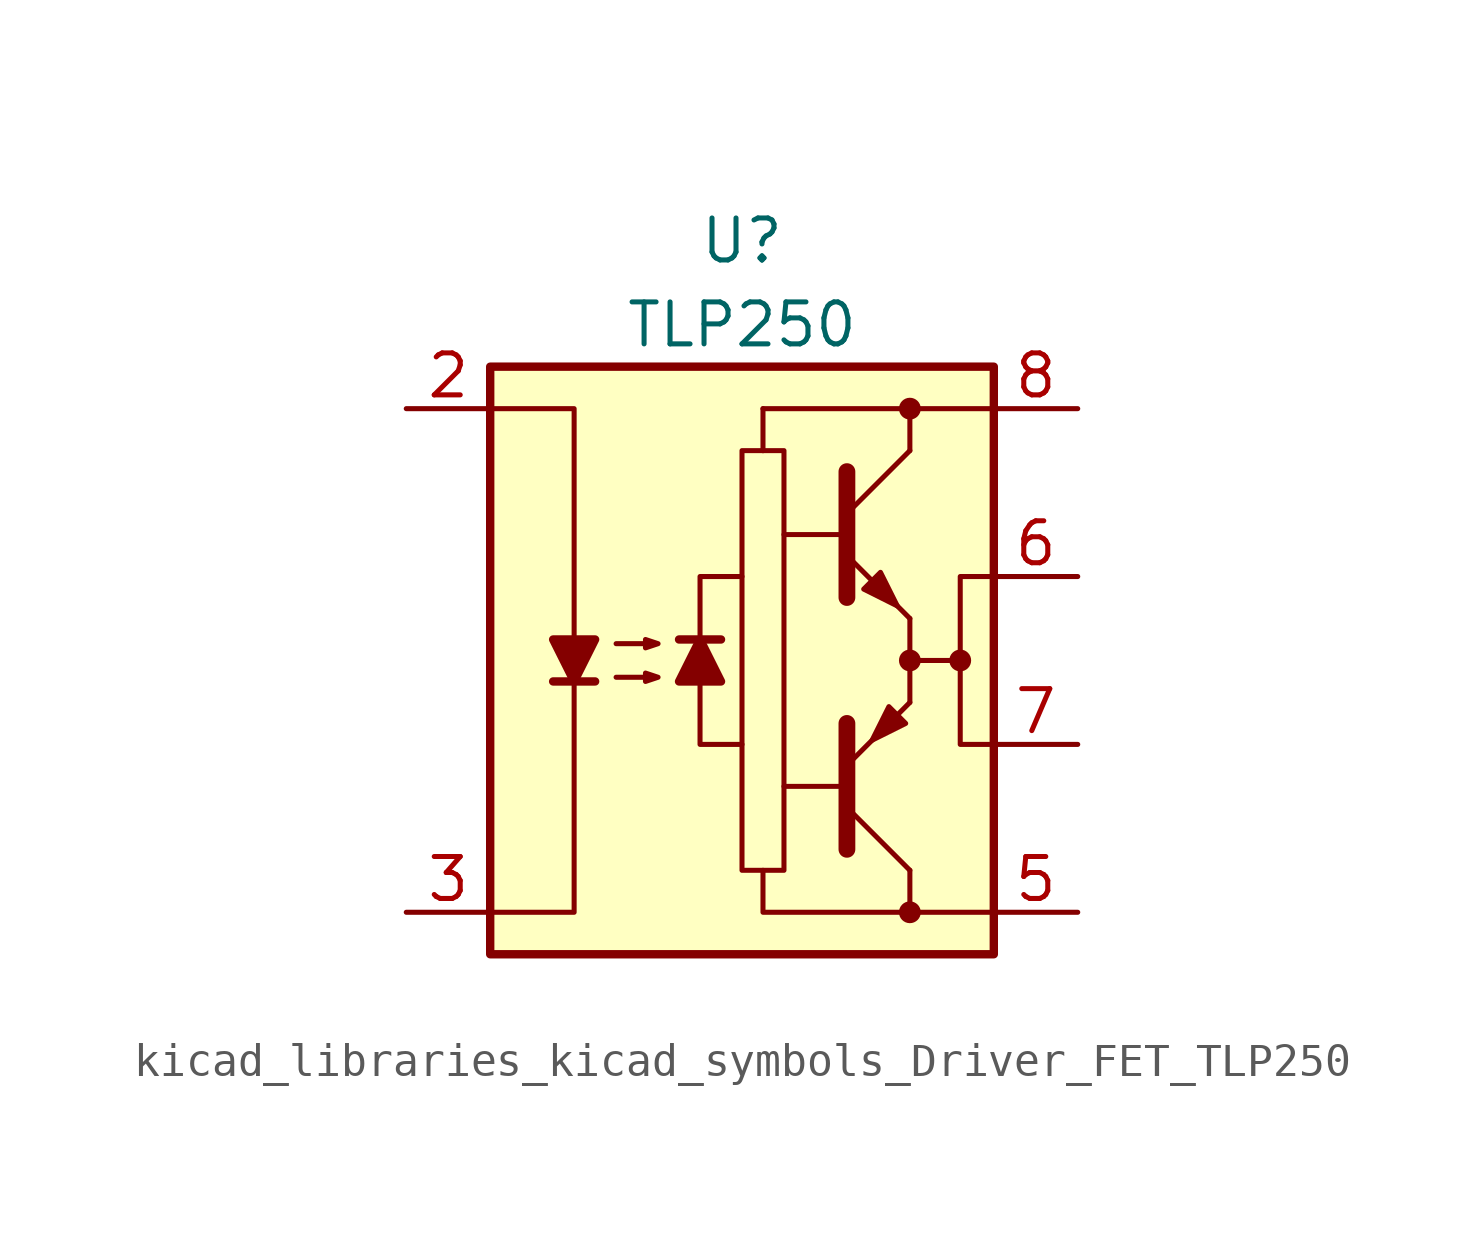
<source format=kicad_sym>
(kicad_symbol_lib
  (version 20220914)
  (generator kicad_symbol_editor)
  (symbol "kicad_libraries_kicad_symbols_Driver_FET_TLP250"
    (pin_names hide)
    (property "Reference" "U"
      (at 0 12.7 0)
      (effects (font (size 1.27 1.27))))
    (property "Value" "TLP250"
      (at 0 10.16 0)
      (effects (font (size 1.27 1.27))))
    (symbol "kicad_libraries_kicad_symbols_Driver_FET_TLP250_0_1"
      (rectangle (start -7.62 8.89) (end 7.62 -8.89) (stroke (width 0.254) (type default)) (fill (type background)))
      (polyline (pts (xy -5.715 -0.635) (xy -4.445 -0.635)) (stroke (width 0.254) (type default)) (fill (type none)))
      (polyline (pts (xy -0.635 0.635) (xy -1.905 0.635)) (stroke (width 0.254) (type default)) (fill (type none)))
      (polyline (pts (xy 3.048 -3.81) (xy 1.27 -3.81)) (stroke (width 0) (type default)) (fill (type none)))
      (polyline (pts (xy 3.048 3.81) (xy 1.27 3.81)) (stroke (width 0) (type default)) (fill (type none)))
      (polyline (pts (xy 3.175 -4.445) (xy 5.08 -6.35)) (stroke (width 0) (type default)) (fill (type none)))
      (polyline (pts (xy 3.175 4.445) (xy 5.08 6.35)) (stroke (width 0) (type default)) (fill (type none)))
      (polyline (pts (xy 5.08 -6.35) (xy 5.08 -7.62)) (stroke (width 0) (type default)) (fill (type none)))
      (polyline (pts (xy 5.08 -1.27) (xy 3.175 -3.175)) (stroke (width 0) (type default)) (fill (type outline)))
      (polyline (pts (xy 5.08 0) (xy 6.604 0)) (stroke (width 0) (type default)) (fill (type none)))
      (polyline (pts (xy 5.08 1.27) (xy 3.175 3.175)) (stroke (width 0) (type default)) (fill (type outline)))
      (polyline (pts (xy 5.08 6.35) (xy 5.08 7.62)) (stroke (width 0) (type default)) (fill (type none)))
      (polyline (pts (xy 7.62 7.62) (xy 0.635 7.62)) (stroke (width 0) (type default)) (fill (type none)))
      (polyline (pts (xy -1.27 -0.635) (xy -1.27 -2.54) (xy 0 -2.54)) (stroke (width 0) (type default)) (fill (type none)))
      (polyline (pts (xy -1.27 0.635) (xy -1.27 2.54) (xy 0 2.54)) (stroke (width 0) (type default)) (fill (type none)))
      (polyline (pts (xy 0.635 -6.35) (xy 0.635 -7.62) (xy 7.62 -7.62)) (stroke (width 0) (type default)) (fill (type none)))
      (polyline (pts (xy 3.175 -5.715) (xy 3.175 -1.905) (xy 3.175 -1.905)) (stroke (width 0.508) (type default)) (fill (type none)))
      (polyline (pts (xy 3.175 5.715) (xy 3.175 1.905) (xy 3.175 1.905)) (stroke (width 0.508) (type default)) (fill (type none)))
      (polyline (pts (xy -7.62 7.62) (xy -5.08 7.62) (xy -5.08 -7.62) (xy -7.62 -7.62)) (stroke (width 0) (type default)) (fill (type none)))
      (polyline (pts (xy -5.08 -0.635) (xy -5.715 0.635) (xy -4.445 0.635) (xy -5.08 -0.635)) (stroke (width 0.254) (type default)) (fill (type outline)))
      (polyline (pts (xy -1.27 0.635) (xy -0.635 -0.635) (xy -1.905 -0.635) (xy -1.27 0.635)) (stroke (width 0.254) (type default)) (fill (type outline)))
      (polyline (pts (xy 7.62 2.54) (xy 6.604 2.54) (xy 6.604 -2.54) (xy 7.62 -2.54)) (stroke (width 0) (type default)) (fill (type none)))
      (polyline (pts (xy -3.81 -0.508) (xy -2.54 -0.508) (xy -2.921 -0.635) (xy -2.921 -0.381) (xy -2.54 -0.508)) (stroke (width 0) (type default)) (fill (type none)))
      (polyline (pts (xy -3.81 0.508) (xy -2.54 0.508) (xy -2.921 0.381) (xy -2.921 0.635) (xy -2.54 0.508)) (stroke (width 0) (type default)) (fill (type none)))
      (polyline (pts (xy 1.27 6.35) (xy 1.27 -6.35) (xy 0 -6.35) (xy 0 6.35) (xy 1.27 6.35)) (stroke (width 0) (type default)) (fill (type none)))
      (polyline (pts (xy 3.683 2.159) (xy 4.191 2.667) (xy 4.699 1.651) (xy 3.683 2.159) (xy 3.683 2.159)) (stroke (width 0) (type default)) (fill (type outline)))
      (polyline (pts (xy 4.953 -1.905) (xy 4.445 -1.397) (xy 3.937 -2.413) (xy 4.953 -1.905) (xy 4.953 -1.905)) (stroke (width 0) (type default)) (fill (type outline)))
      (rectangle (start 0.635 6.35) (end 0.635 6.35) (stroke (width 0) (type default)) (fill (type none)))
      (rectangle (start 0.635 6.35) (end 0.635 7.62) (stroke (width 0) (type default)) (fill (type none)))
      (circle (center 5.08 -7.62) (radius 0.254) (stroke (width 0) (type default)) (fill (type outline)))
      (circle (center 5.08 0) (radius 0.254) (stroke (width 0) (type default)) (fill (type outline)))
      (rectangle (start 5.08 1.27) (end 5.08 -1.27) (stroke (width 0) (type default)) (fill (type none)))
      (circle (center 5.08 7.62) (radius 0.254) (stroke (width 0) (type default)) (fill (type outline)))
      (circle (center 6.604 0) (radius 0.254) (stroke (width 0) (type default)) (fill (type outline))))
    (symbol "kicad_libraries_kicad_symbols_Driver_FET_TLP250_1_1"
      (pin no_connect line (at -7.62 2.54 0) (length 2.54) hide (name "NC" (effects (font (size 1.27 1.27)))) (number "1" (effects (font (size 1.27 1.27)))))
      (pin passive line (at -10.16 7.62 0) (length 2.54) (name "A" (effects (font (size 1.27 1.27)))) (number "2" (effects (font (size 1.27 1.27)))))
      (pin passive line (at -10.16 -7.62 0) (length 2.54) (name "C" (effects (font (size 1.27 1.27)))) (number "3" (effects (font (size 1.27 1.27)))))
      (pin no_connect line (at -7.62 -2.54 0) (length 2.54) hide (name "NC" (effects (font (size 1.27 1.27)))) (number "4" (effects (font (size 1.27 1.27)))))
      (pin power_in line (at 10.16 -7.62 180) (length 2.54) (name "VEE" (effects (font (size 1.27 1.27)))) (number "5" (effects (font (size 1.27 1.27)))))
      (pin output line (at 10.16 2.54 180) (length 2.54) (name "VO" (effects (font (size 1.27 1.27)))) (number "6" (effects (font (size 1.27 1.27)))))
      (pin output line (at 10.16 -2.54 180) (length 2.54) (name "VO" (effects (font (size 1.27 1.27)))) (number "7" (effects (font (size 1.27 1.27)))))
      (pin power_in line (at 10.16 7.62 180) (length 2.54) (name "VCC" (effects (font (size 1.27 1.27)))) (number "8" (effects (font (size 1.27 1.27))))))))
</source>
